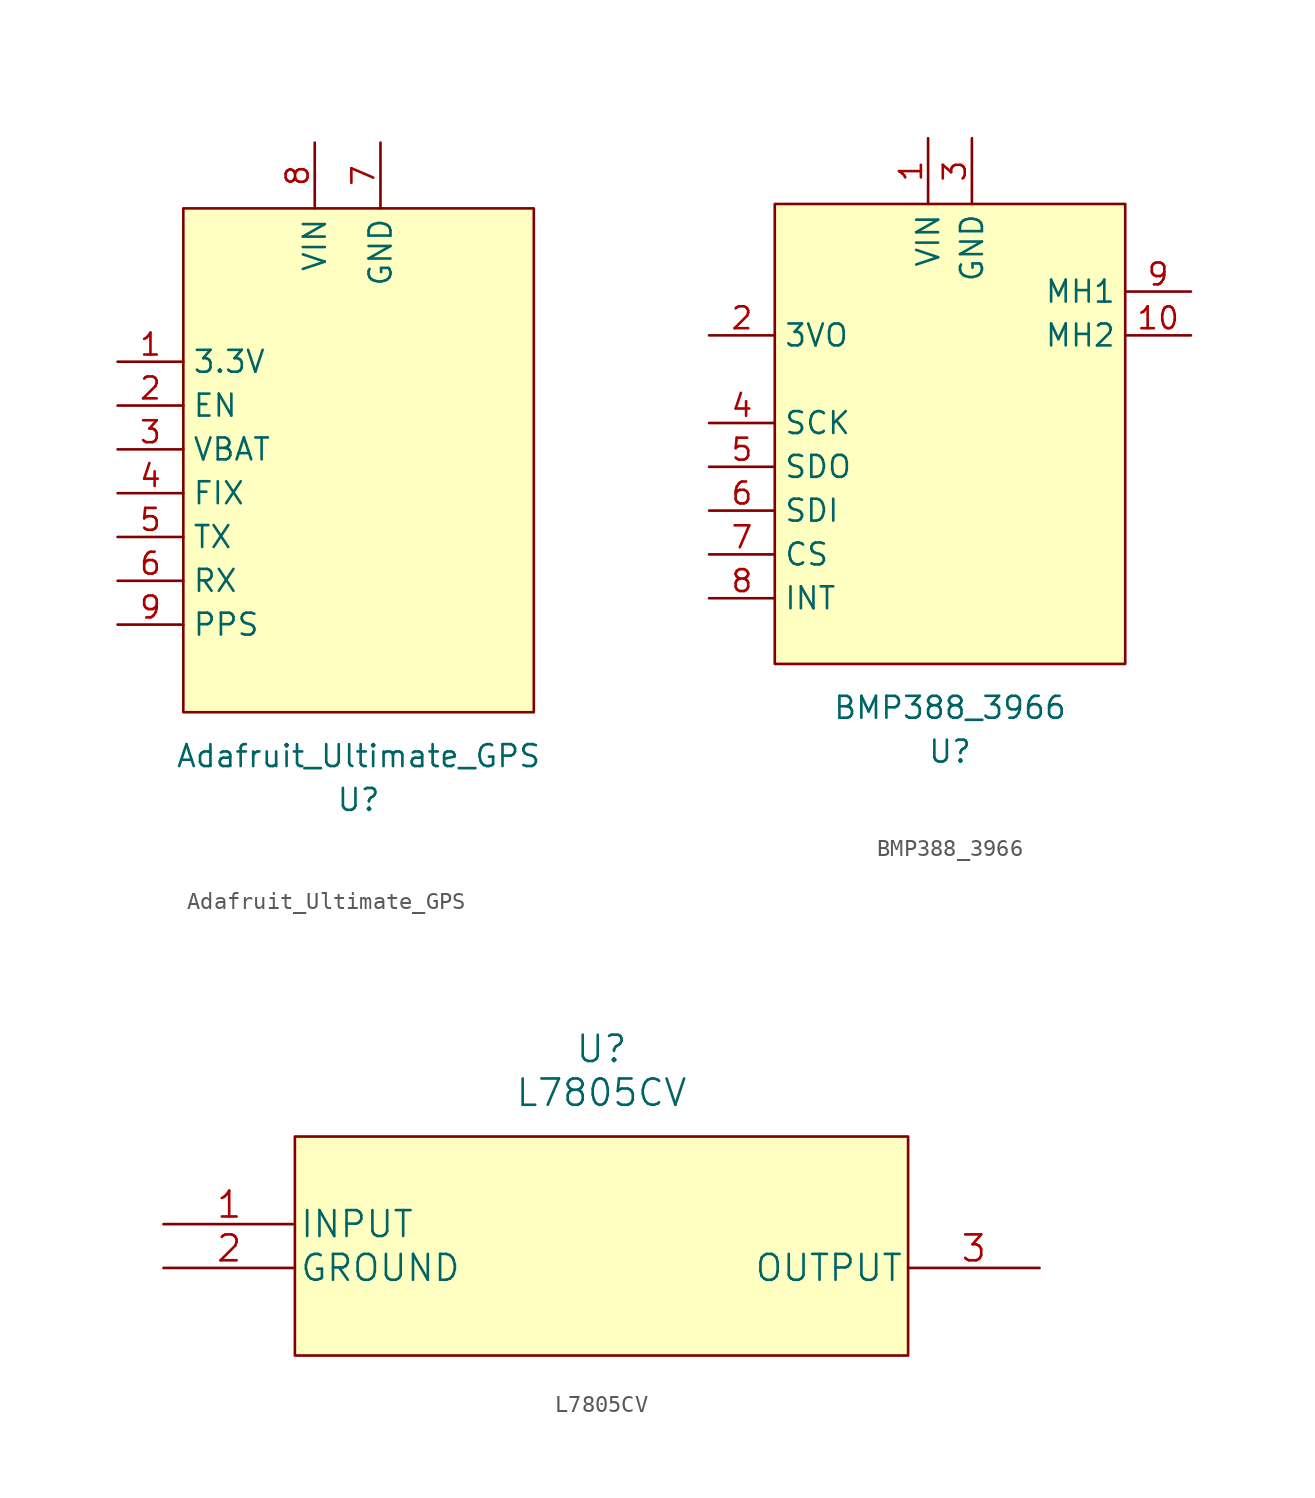
<source format=kicad_sym>
(kicad_symbol_lib
  (version 20211014)
  (generator kicad_symbol_editor)
  (symbol "Adafruit_Ultimate_GPS"
    (property "Reference" "U"
      (at 0 -19.05 0)
      (effects (font (size 1.27 1.27))))
    (property "Value" "Adafruit_Ultimate_GPS"
      (at 0 -16.51 0)
      (effects (font (size 1.27 1.27))))
    (symbol "Adafruit_Ultimate_GPS_0_1"
      (rectangle (start -10.16 15.24) (end 10.16 -13.97) (stroke (width 0) (type default) (color 0 0 0 0)) (fill (type background))))
    (symbol "Adafruit_Ultimate_GPS_1_1"
      (pin power_out line (at -13.97 6.35 0) (length 3.81) (name "3.3V" (effects (font (size 1.27 1.27)))) (number "1" (effects (font (size 1.27 1.27)))))
      (pin input line (at -13.97 3.81 0) (length 3.81) (name "EN" (effects (font (size 1.27 1.27)))) (number "2" (effects (font (size 1.27 1.27)))))
      (pin input line (at -13.97 1.27 0) (length 3.81) (name "VBAT" (effects (font (size 1.27 1.27)))) (number "3" (effects (font (size 1.27 1.27)))))
      (pin output line (at -13.97 -1.27 0) (length 3.81) (name "FIX" (effects (font (size 1.27 1.27)))) (number "4" (effects (font (size 1.27 1.27)))))
      (pin output line (at -13.97 -3.81 0) (length 3.81) (name "TX" (effects (font (size 1.27 1.27)))) (number "5" (effects (font (size 1.27 1.27)))))
      (pin input line (at -13.97 -6.35 0) (length 3.81) (name "RX" (effects (font (size 1.27 1.27)))) (number "6" (effects (font (size 1.27 1.27)))))
      (pin power_in line (at 1.27 19.05 270) (length 3.81) (name "GND" (effects (font (size 1.27 1.27)))) (number "7" (effects (font (size 1.27 1.27)))))
      (pin power_in line (at -2.54 19.05 270) (length 3.81) (name "VIN" (effects (font (size 1.27 1.27)))) (number "8" (effects (font (size 1.27 1.27)))))
      (pin output line (at -13.97 -8.89 0) (length 3.81) (name "PPS" (effects (font (size 1.27 1.27)))) (number "9" (effects (font (size 1.27 1.27)))))))
  (symbol "BMP388_3966"
    (property "Reference" "U"
      (at 0 -17.78 0)
      (effects (font (size 1.27 1.27))))
    (property "Value" "BMP388_3966"
      (at 0 -15.24 0)
      (effects (font (size 1.27 1.27))))
    (symbol "BMP388_3966_0_1"
      (rectangle (start -10.16 13.97) (end 10.16 -12.7) (stroke (width 0) (type default) (color 0 0 0 0)) (fill (type background))))
    (symbol "BMP388_3966_1_1"
      (pin power_in line (at -1.27 17.78 270) (length 3.81) (name "VIN" (effects (font (size 1.27 1.27)))) (number "1" (effects (font (size 1.27 1.27)))))
      (pin passive line (at 13.97 6.35 180) (length 3.81) (name "MH2" (effects (font (size 1.27 1.27)))) (number "10" (effects (font (size 1.27 1.27)))))
      (pin passive line (at -13.97 6.35 0) (length 3.81) (name "3VO" (effects (font (size 1.27 1.27)))) (number "2" (effects (font (size 1.27 1.27)))))
      (pin power_in line (at 1.27 17.78 270) (length 3.81) (name "GND" (effects (font (size 1.27 1.27)))) (number "3" (effects (font (size 1.27 1.27)))))
      (pin input line (at -13.97 1.27 0) (length 3.81) (name "SCK" (effects (font (size 1.27 1.27)))) (number "4" (effects (font (size 1.27 1.27)))))
      (pin output line (at -13.97 -1.27 0) (length 3.81) (name "SDO" (effects (font (size 1.27 1.27)))) (number "5" (effects (font (size 1.27 1.27)))))
      (pin input line (at -13.97 -3.81 0) (length 3.81) (name "SDI" (effects (font (size 1.27 1.27)))) (number "6" (effects (font (size 1.27 1.27)))))
      (pin input line (at -13.97 -6.35 0) (length 3.81) (name "CS" (effects (font (size 1.27 1.27)))) (number "7" (effects (font (size 1.27 1.27)))))
      (pin output line (at -13.97 -8.89 0) (length 3.81) (name "INT" (effects (font (size 1.27 1.27)))) (number "8" (effects (font (size 1.27 1.27)))))
      (pin passive line (at 13.97 8.89 180) (length 3.81) (name "MH1" (effects (font (size 1.27 1.27)))) (number "9" (effects (font (size 1.27 1.27)))))))
  (symbol "L7805CV"
    (pin_names
      (offset 0.254))
    (property "Reference" "U"
      (at 0 12.7 0)
      (effects (font (size 1.524 1.524))))
    (property "Value" "L7805CV"
      (at 0 10.16 0)
      (effects (font (size 1.524 1.524))))
    (property "Datasheet" ""
      (at -25.4 2.54 0)
      (effects (font (size 1.524 1.524))))
    (property "ki_locked" ""
      (at 0 0 0)
      (effects (font (size 1.27 1.27))))
    (symbol "L7805CV_1_1"
      (rectangle (start -17.78 7.62) (end 17.78 -5.08) (stroke (width 0) (type default) (color 0 0 0 0)) (fill (type background)))
      (pin input line (at -25.4 2.54 0) (length 7.62) (name "INPUT" (effects (font (size 1.499 1.499)))) (number "1" (effects (font (size 1.499 1.499)))))
      (pin power_in line (at -25.4 0 0) (length 7.62) (name "GROUND" (effects (font (size 1.499 1.499)))) (number "2" (effects (font (size 1.499 1.499)))))
      (pin output line (at 25.4 0 180) (length 7.62) (name "OUTPUT" (effects (font (size 1.499 1.499)))) (number "3" (effects (font (size 1.499 1.499))))))))
</source>
